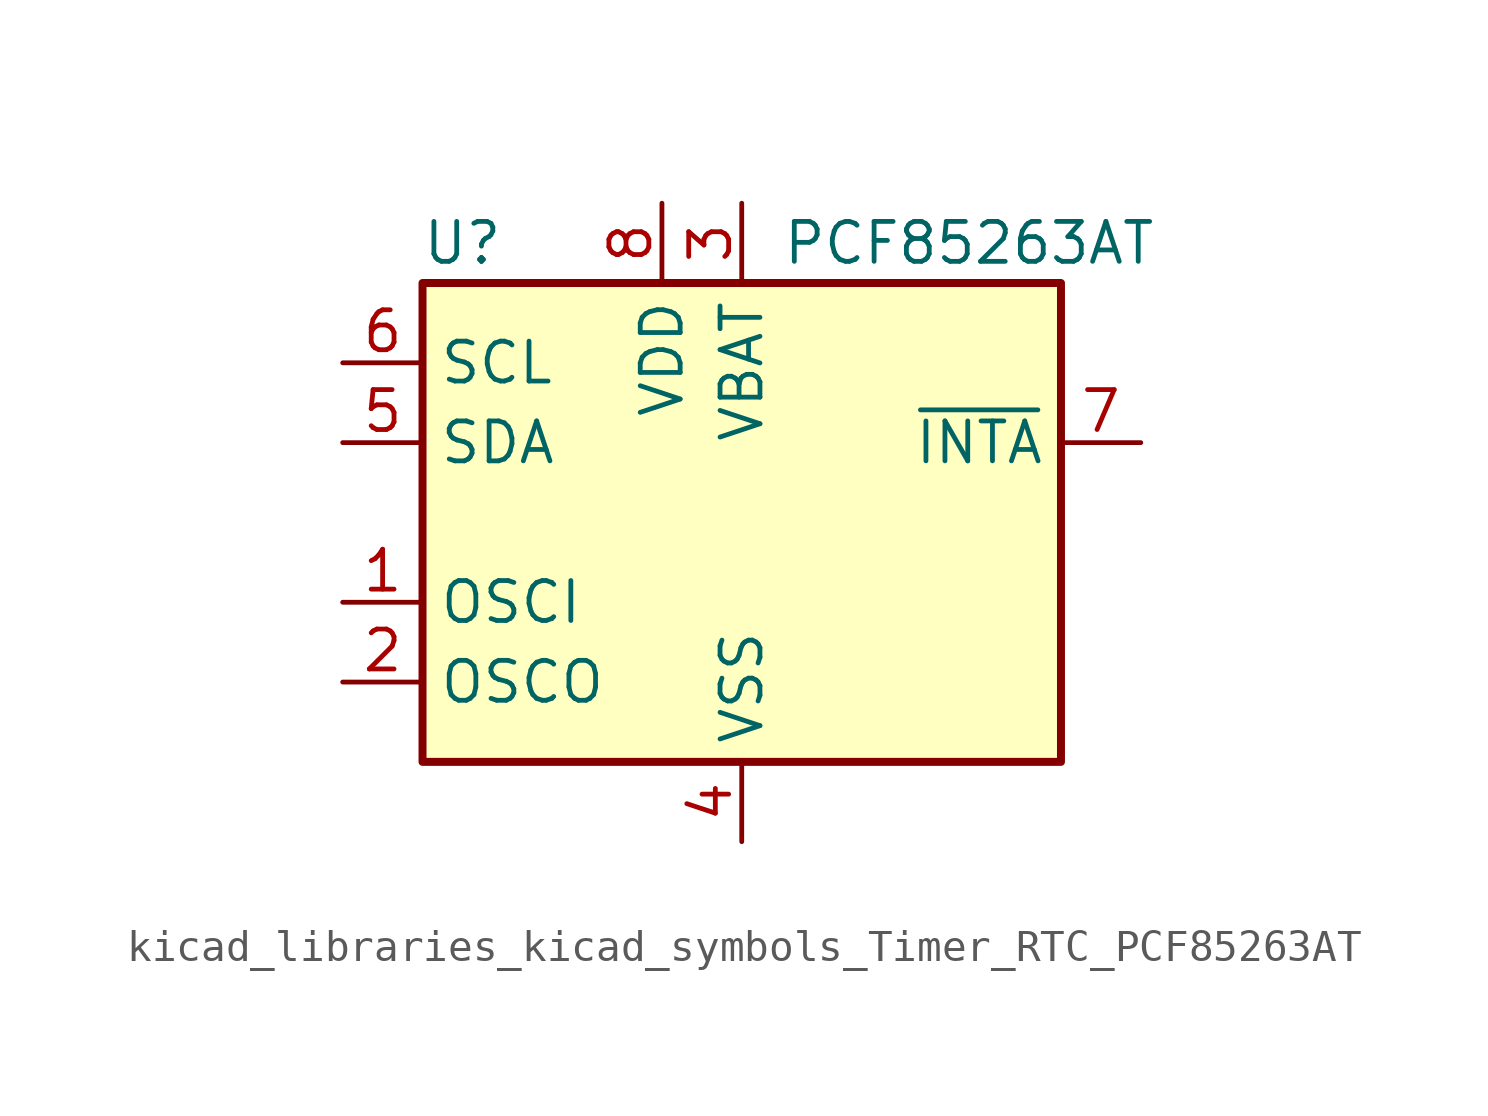
<source format=kicad_sym>
(kicad_symbol_lib
  (version 20220914)
  (generator kicad_symbol_editor)
  (symbol "kicad_libraries_kicad_symbols_Timer_RTC_PCF85263AT"
    (property "Reference" "U"
      (at -8.89 8.89 0)
      (effects (font (size 1.27 1.27))))
    (property "Value" "PCF85263AT"
      (at 1.27 8.89 0)
      (effects (font (size 1.27 1.27)) (justify left)))
    (symbol "kicad_libraries_kicad_symbols_Timer_RTC_PCF85263AT_0_1"
      (rectangle (start -10.16 7.62) (end 10.16 -7.62) (stroke (width 0.254) (type default)) (fill (type background))))
    (symbol "kicad_libraries_kicad_symbols_Timer_RTC_PCF85263AT_1_1"
      (pin input line (at -12.7 -2.54 0) (length 2.54) (name "OSCI" (effects (font (size 1.27 1.27)))) (number "1" (effects (font (size 1.27 1.27)))))
      (pin output line (at -12.7 -5.08 0) (length 2.54) (name "OSCO" (effects (font (size 1.27 1.27)))) (number "2" (effects (font (size 1.27 1.27)))))
      (pin power_in line (at 0 10.16 270) (length 2.54) (name "VBAT" (effects (font (size 1.27 1.27)))) (number "3" (effects (font (size 1.27 1.27)))))
      (pin power_in line (at 0 -10.16 90) (length 2.54) (name "VSS" (effects (font (size 1.27 1.27)))) (number "4" (effects (font (size 1.27 1.27)))))
      (pin bidirectional line (at -12.7 2.54 0) (length 2.54) (name "SDA" (effects (font (size 1.27 1.27)))) (number "5" (effects (font (size 1.27 1.27)))))
      (pin input line (at -12.7 5.08 0) (length 2.54) (name "SCL" (effects (font (size 1.27 1.27)))) (number "6" (effects (font (size 1.27 1.27)))))
      (pin open_collector line (at 12.7 2.54 180) (length 2.54) (name "~{INTA}" (effects (font (size 1.27 1.27)))) (number "7" (effects (font (size 1.27 1.27)))))
      (pin power_in line (at -2.54 10.16 270) (length 2.54) (name "VDD" (effects (font (size 1.27 1.27)))) (number "8" (effects (font (size 1.27 1.27))))))))
</source>
